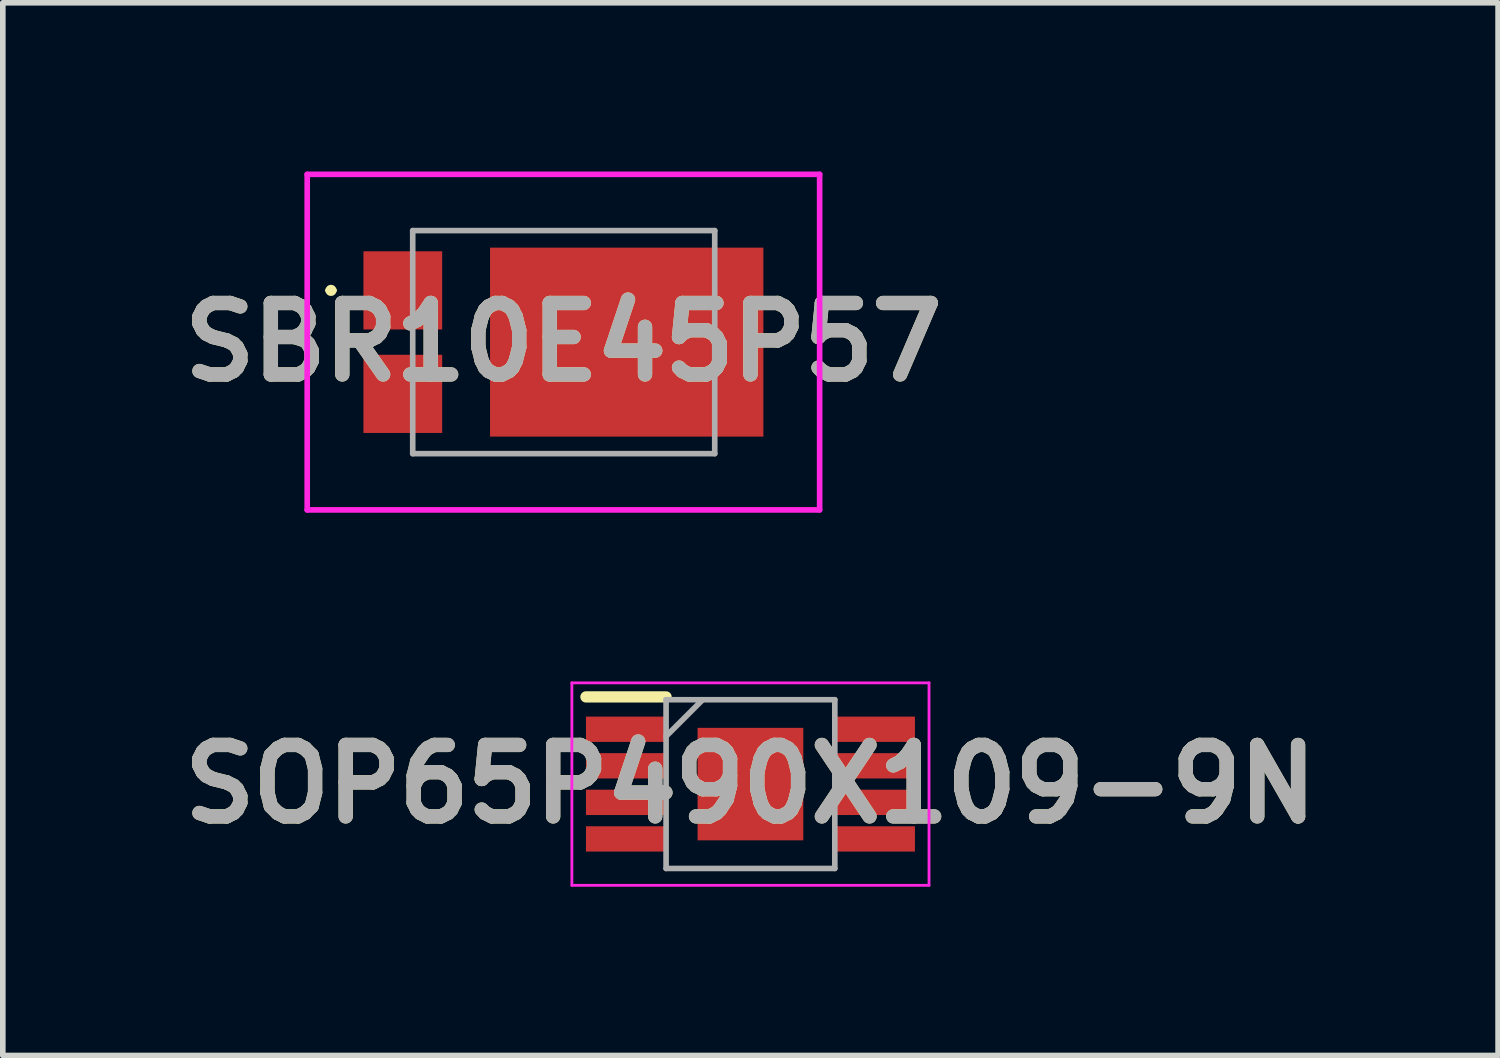
<source format=kicad_pcb>
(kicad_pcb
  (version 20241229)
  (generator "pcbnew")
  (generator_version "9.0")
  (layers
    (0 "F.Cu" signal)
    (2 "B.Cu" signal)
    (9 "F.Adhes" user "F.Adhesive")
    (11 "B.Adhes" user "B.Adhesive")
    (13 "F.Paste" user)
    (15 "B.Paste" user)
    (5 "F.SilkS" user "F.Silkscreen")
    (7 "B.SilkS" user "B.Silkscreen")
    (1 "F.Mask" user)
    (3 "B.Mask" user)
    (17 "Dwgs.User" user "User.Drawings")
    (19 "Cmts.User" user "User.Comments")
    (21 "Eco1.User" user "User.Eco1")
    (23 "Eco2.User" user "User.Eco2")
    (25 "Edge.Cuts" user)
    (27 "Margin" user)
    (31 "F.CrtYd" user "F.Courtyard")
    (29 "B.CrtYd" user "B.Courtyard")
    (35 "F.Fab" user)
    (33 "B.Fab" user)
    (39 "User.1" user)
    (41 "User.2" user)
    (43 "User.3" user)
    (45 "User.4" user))
  (footprint "SOP65P490X109-9N"
    (layer "F.Cu")
    (at 10.293 10.891)
    (property "Reference" "SOP65P490X109-9N" (at 0 0 0) (layer "F.SilkS") (effects (font (size 1.27 1.27) (thickness 0.254))))
    (attr smd)
    (fp_line (start -2.925 -1.55) (end -1.5 -1.55) (stroke (width 0.2) (type solid)) (layer "F.SilkS"))
    (fp_line (start -3.175 -1.8) (end 3.175 -1.8) (stroke (width 0.05) (type solid)) (layer "F.CrtYd"))
    (fp_line (start -3.175 1.8) (end -3.175 -1.8) (stroke (width 0.05) (type solid)) (layer "F.CrtYd"))
    (fp_line (start 3.175 -1.8) (end 3.175 1.8) (stroke (width 0.05) (type solid)) (layer "F.CrtYd"))
    (fp_line (start 3.175 1.8) (end -3.175 1.8) (stroke (width 0.05) (type solid)) (layer "F.CrtYd"))
    (fp_line (start -1.5 -1.5) (end 1.5 -1.5) (stroke (width 0.1) (type solid)) (layer "F.Fab"))
    (fp_line (start -1.5 -0.85) (end -0.85 -1.5) (stroke (width 0.1) (type solid)) (layer "F.Fab"))
    (fp_line (start -1.5 1.5) (end -1.5 -1.5) (stroke (width 0.1) (type solid)) (layer "F.Fab"))
    (fp_line (start 1.5 -1.5) (end 1.5 1.5) (stroke (width 0.1) (type solid)) (layer "F.Fab"))
    (fp_line (start 1.5 1.5) (end -1.5 1.5) (stroke (width 0.1) (type solid)) (layer "F.Fab"))
    (fp_text user "${REFERENCE}" (at 0 0 0) (layer "F.Fab") (effects (font (size 1.27 1.27) (thickness 0.254))))
    (pad "1" smd rect (at -2.212 -0.975 90) (size 0.45 1.425) (layers "F.Cu" "F.Mask" "F.Paste"))
    (pad "2" smd rect (at -2.212 -0.325 90) (size 0.45 1.425) (layers "F.Cu" "F.Mask" "F.Paste"))
    (pad "3" smd rect (at -2.212 0.325 90) (size 0.45 1.425) (layers "F.Cu" "F.Mask" "F.Paste"))
    (pad "4" smd rect (at -2.212 0.975 90) (size 0.45 1.425) (layers "F.Cu" "F.Mask" "F.Paste"))
    (pad "5" smd rect (at 2.212 0.975 90) (size 0.45 1.425) (layers "F.Cu" "F.Mask" "F.Paste"))
    (pad "6" smd rect (at 2.212 0.325 90) (size 0.45 1.425) (layers "F.Cu" "F.Mask" "F.Paste"))
    (pad "7" smd rect (at 2.212 -0.325 90) (size 0.45 1.425) (layers "F.Cu" "F.Mask" "F.Paste"))
    (pad "8" smd rect (at 2.212 -0.975 90) (size 0.45 1.425) (layers "F.Cu" "F.Mask" "F.Paste"))
    (pad "9" smd rect (at 0 0) (size 1.88 2) (layers "F.Cu" "F.Mask" "F.Paste")))
  (footprint "SBR10E45P57"
    (layer "F.Cu")
    (at 6.885 3.033)
    (property "Reference" "SBR10E45P57" (at 0.082 0 0) (layer "F.SilkS") (effects (font (size 1.27 1.27) (thickness 0.254))))
    (attr smd)
    (fp_line (start -4.1 -0.92) (end -4.1 -0.92) (stroke (width 0.1) (type solid)) (layer "F.SilkS"))
    (fp_line (start -4 -0.92) (end -4 -0.92) (stroke (width 0.1) (type solid)) (layer "F.SilkS"))
    (fp_arc (start -4.1 -0.92) (mid -4.05 -0.97) (end -4 -0.92) (stroke (width 0.1) (type solid)) (layer "F.SilkS"))
    (fp_arc (start -4 -0.92) (mid -4.05 -0.87) (end -4.1 -0.92) (stroke (width 0.1) (type solid)) (layer "F.SilkS"))
    (fp_line (start -4.473 -2.983) (end 4.638 -2.983) (stroke (width 0.1) (type solid)) (layer "F.CrtYd"))
    (fp_line (start -4.473 2.983) (end -4.473 -2.983) (stroke (width 0.1) (type solid)) (layer "F.CrtYd"))
    (fp_line (start 4.638 -2.983) (end 4.638 2.983) (stroke (width 0.1) (type solid)) (layer "F.CrtYd"))
    (fp_line (start 4.638 2.983) (end -4.473 2.983) (stroke (width 0.1) (type solid)) (layer "F.CrtYd"))
    (fp_line (start -2.597 -1.983) (end 2.773 -1.983) (stroke (width 0.1) (type solid)) (layer "F.Fab"))
    (fp_line (start -2.597 1.983) (end -2.597 -1.983) (stroke (width 0.1) (type solid)) (layer "F.Fab"))
    (fp_line (start 2.773 -1.983) (end 2.773 1.983) (stroke (width 0.1) (type solid)) (layer "F.Fab"))
    (fp_line (start 2.773 1.983) (end -2.597 1.983) (stroke (width 0.1) (type solid)) (layer "F.Fab"))
    (fp_text user "${REFERENCE}" (at 0.082 0 0) (layer "F.Fab") (effects (font (size 1.27 1.27) (thickness 0.254))))
    (pad "1" smd rect (at -2.773 -0.92 90) (size 1.39 1.4) (layers "F.Cu" "F.Mask" "F.Paste"))
    (pad "2" smd rect (at -2.773 0.92 90) (size 1.39 1.4) (layers "F.Cu" "F.Mask" "F.Paste"))
    (pad "3" smd rect (at 1.208 0 90) (size 3.36 4.86) (layers "F.Cu" "F.Mask" "F.Paste")))
  (gr_rect
    (start -3 -3)
    (end 23.586 15.716)
    (stroke (width 0.1) (type default))
    (fill no)
    (layer "Edge.Cuts")))
</source>
